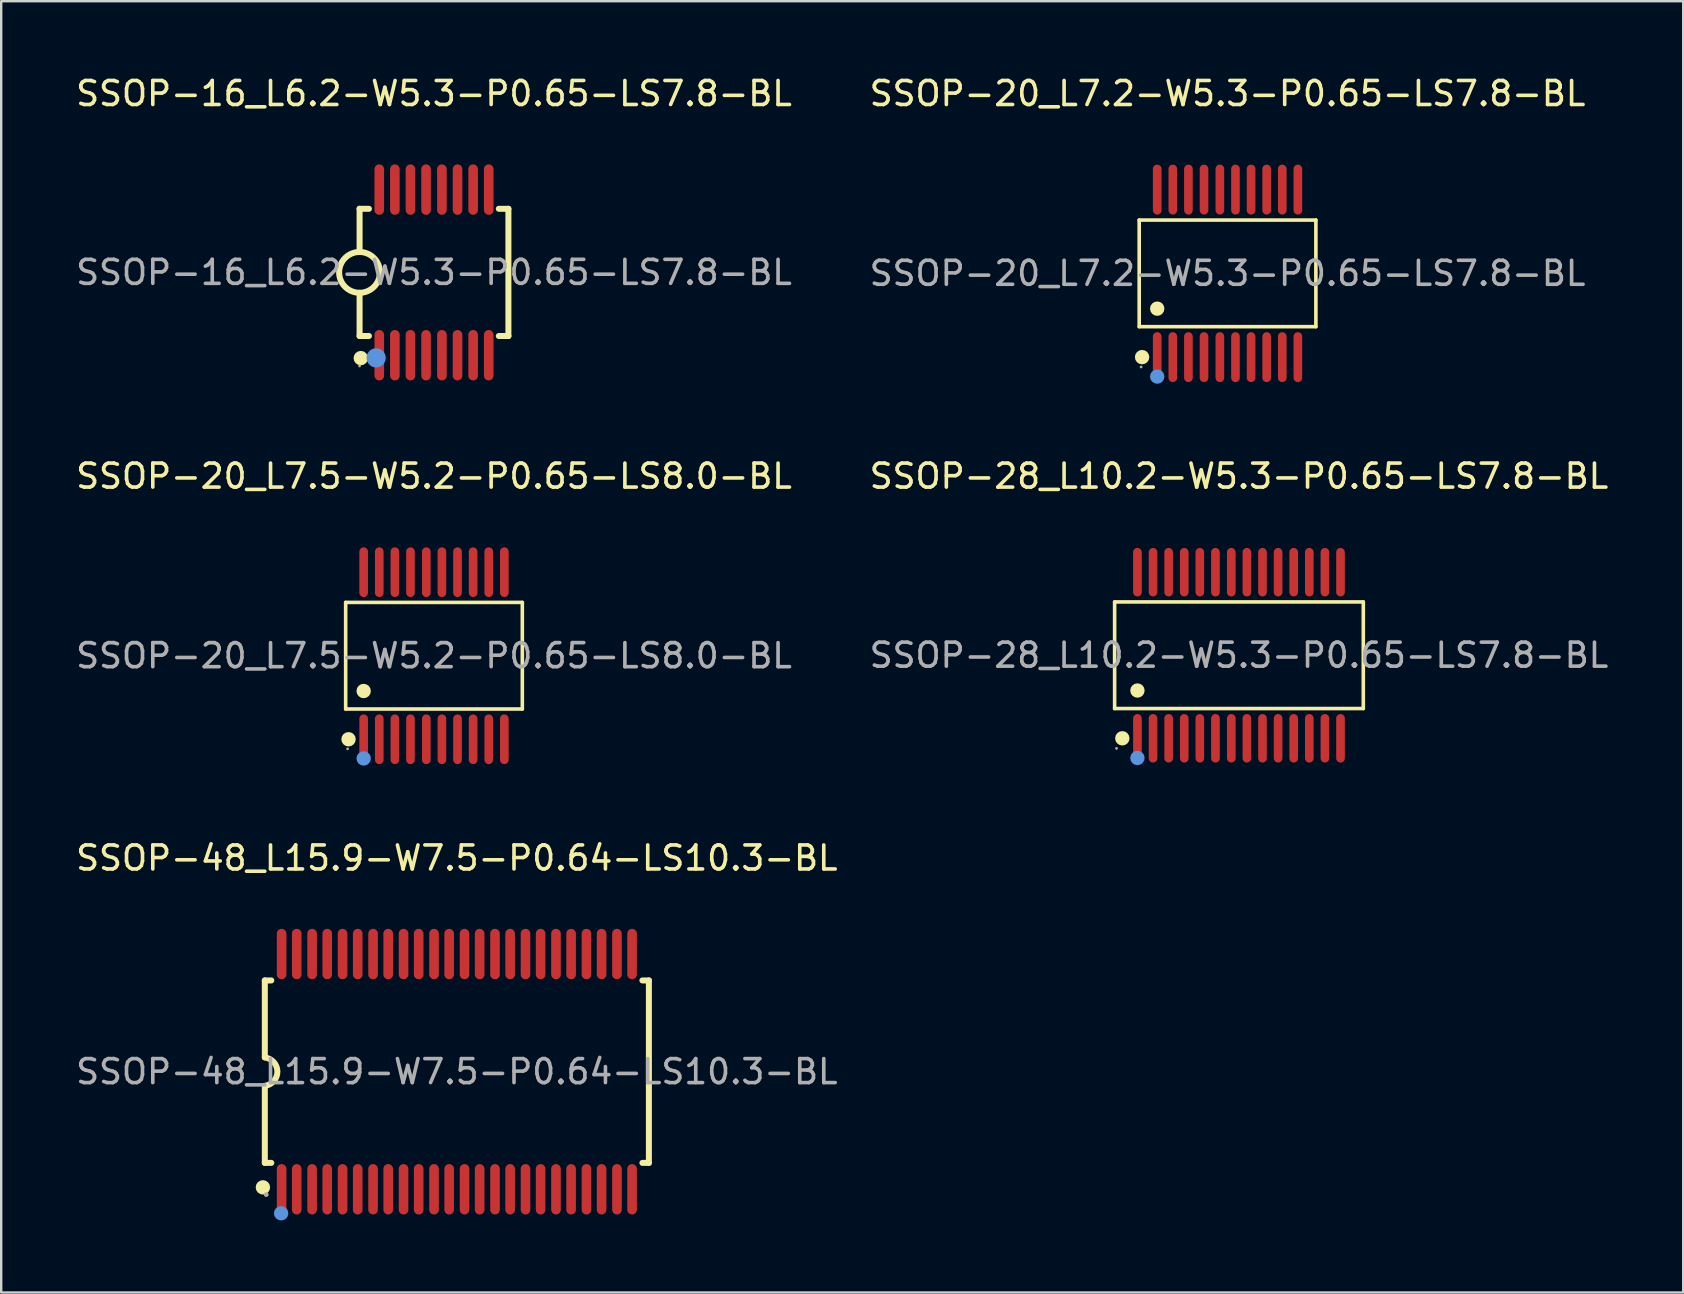
<source format=kicad_pcb>
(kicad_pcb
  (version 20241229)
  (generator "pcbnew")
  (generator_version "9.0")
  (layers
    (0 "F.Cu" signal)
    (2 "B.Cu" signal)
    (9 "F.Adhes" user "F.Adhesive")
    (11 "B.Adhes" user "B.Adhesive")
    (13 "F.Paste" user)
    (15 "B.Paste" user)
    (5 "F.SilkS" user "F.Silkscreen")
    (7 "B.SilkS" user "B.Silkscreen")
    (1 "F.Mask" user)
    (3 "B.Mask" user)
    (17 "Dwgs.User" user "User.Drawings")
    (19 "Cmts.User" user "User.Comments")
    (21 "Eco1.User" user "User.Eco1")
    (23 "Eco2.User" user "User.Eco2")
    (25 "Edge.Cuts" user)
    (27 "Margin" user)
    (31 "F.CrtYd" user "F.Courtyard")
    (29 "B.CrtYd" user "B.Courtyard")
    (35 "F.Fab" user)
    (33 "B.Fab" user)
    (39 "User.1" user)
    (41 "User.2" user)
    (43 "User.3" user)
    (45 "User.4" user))
  (footprint "SSOP-20_L7.5-W5.2-P0.65-LS8.0-BL"
    (layer "F.Cu")
    (at 15.03 24.267)
    (property "Reference" "SSOP-20_L7.5-W5.2-P0.65-LS8.0-BL" (at 0 -7.48 0) (layer "F.SilkS") (effects (font (size 1 1) (thickness 0.15))))
    (attr through_hole)
    (fp_line (start -3.68 -2.22) (end 3.68 -2.22) (stroke (width 0.15) (type solid)) (layer "F.SilkS"))
    (fp_line (start -3.68 2.22) (end -3.68 -2.22) (stroke (width 0.15) (type solid)) (layer "F.SilkS"))
    (fp_line (start 3.68 -2.22) (end 3.68 2.22) (stroke (width 0.15) (type solid)) (layer "F.SilkS"))
    (fp_line (start 3.68 2.22) (end -3.68 2.22) (stroke (width 0.15) (type solid)) (layer "F.SilkS"))
    (fp_circle (center -3.56 3.48) (end -3.41 3.48) (stroke (width 0.3) (type solid)) (fill no) (layer "F.SilkS"))
    (fp_circle (center -2.93 1.47) (end -2.78 1.47) (stroke (width 0.3) (type solid)) (fill no) (layer "F.SilkS"))
    (fp_circle (center -2.93 4.28) (end -2.78 4.28) (stroke (width 0.3) (type solid)) (fill no) (layer "Cmts.User"))
    (fp_circle (center -3.6 3.88) (end -3.57 3.88) (stroke (width 0.06) (type solid)) (fill no) (layer "F.Fab"))
    (fp_text user "${REFERENCE}" (at 0 0 0) (layer "F.Fab") (effects (font (size 1 1) (thickness 0.15))))
    (pad "1" smd oval (at -2.93 3.48) (size 0.36 2.07) (layers "F.Cu" "F.Mask" "F.Paste"))
    (pad "2" smd oval (at -2.28 3.48) (size 0.36 2.07) (layers "F.Cu" "F.Mask" "F.Paste"))
    (pad "3" smd oval (at -1.63 3.48) (size 0.36 2.07) (layers "F.Cu" "F.Mask" "F.Paste"))
    (pad "4" smd oval (at -0.98 3.48) (size 0.36 2.07) (layers "F.Cu" "F.Mask" "F.Paste"))
    (pad "5" smd oval (at -0.32 3.48) (size 0.36 2.07) (layers "F.Cu" "F.Mask" "F.Paste"))
    (pad "6" smd oval (at 0.33 3.48) (size 0.36 2.07) (layers "F.Cu" "F.Mask" "F.Paste"))
    (pad "7" smd oval (at 0.98 3.48) (size 0.36 2.07) (layers "F.Cu" "F.Mask" "F.Paste"))
    (pad "8" smd oval (at 1.63 3.48) (size 0.36 2.07) (layers "F.Cu" "F.Mask" "F.Paste"))
    (pad "9" smd oval (at 2.28 3.48) (size 0.36 2.07) (layers "F.Cu" "F.Mask" "F.Paste"))
    (pad "10" smd oval (at 2.93 3.48) (size 0.36 2.07) (layers "F.Cu" "F.Mask" "F.Paste"))
    (pad "11" smd oval (at 2.93 -3.48) (size 0.36 2.07) (layers "F.Cu" "F.Mask" "F.Paste"))
    (pad "12" smd oval (at 2.28 -3.48) (size 0.36 2.07) (layers "F.Cu" "F.Mask" "F.Paste"))
    (pad "13" smd oval (at 1.63 -3.48) (size 0.36 2.07) (layers "F.Cu" "F.Mask" "F.Paste"))
    (pad "14" smd oval (at 0.98 -3.48) (size 0.36 2.07) (layers "F.Cu" "F.Mask" "F.Paste"))
    (pad "15" smd oval (at 0.33 -3.48) (size 0.36 2.07) (layers "F.Cu" "F.Mask" "F.Paste"))
    (pad "16" smd oval (at -0.32 -3.48) (size 0.36 2.07) (layers "F.Cu" "F.Mask" "F.Paste"))
    (pad "17" smd oval (at -0.98 -3.48) (size 0.36 2.07) (layers "F.Cu" "F.Mask" "F.Paste"))
    (pad "18" smd oval (at -1.63 -3.48) (size 0.36 2.07) (layers "F.Cu" "F.Mask" "F.Paste"))
    (pad "19" smd oval (at -2.28 -3.48) (size 0.36 2.07) (layers "F.Cu" "F.Mask" "F.Paste"))
    (pad "20" smd oval (at -2.93 -3.48) (size 0.36 2.07) (layers "F.Cu" "F.Mask" "F.Paste")))
  (footprint "SSOP-16_L6.2-W5.3-P0.65-LS7.8-BL"
    (layer "F.Cu")
    (at 15.03 8.298)
    (property "Reference" "SSOP-16_L6.2-W5.3-P0.65-LS7.8-BL" (at 0 -7.45 0) (layer "F.SilkS") (effects (font (size 1 1) (thickness 0.15))))
    (attr through_hole)
    (fp_line (start -3.1 -2.65) (end -3.1 -0.85) (stroke (width 0.25) (type solid)) (layer "F.SilkS"))
    (fp_line (start -3.1 -2.65) (end -2.71 -2.65) (stroke (width 0.25) (type solid)) (layer "F.SilkS"))
    (fp_line (start -3.1 2.65) (end -3.1 0.85) (stroke (width 0.25) (type solid)) (layer "F.SilkS"))
    (fp_line (start -3.1 2.65) (end -2.71 2.65) (stroke (width 0.25) (type solid)) (layer "F.SilkS"))
    (fp_line (start 2.7 -2.65) (end 3.1 -2.65) (stroke (width 0.25) (type solid)) (layer "F.SilkS"))
    (fp_line (start 2.7 2.65) (end 3.1 2.65) (stroke (width 0.25) (type solid)) (layer "F.SilkS"))
    (fp_line (start 3.1 -2.65) (end 3.1 2.65) (stroke (width 0.25) (type solid)) (layer "F.SilkS"))
    (fp_arc (start -3.114835 0.849871) (mid -3.092582 -0.849968) (end -3.1 0.85) (stroke (width 0.25) (type solid)) (layer "F.SilkS"))
    (fp_arc (start -3.05 3.57) (mid -3.05 3.57) (end -3.05 3.57) (stroke (width 0.3) (type solid)) (layer "F.SilkS"))
    (fp_circle (center -2.41 3.56) (end -2.21 3.56) (stroke (width 0.4) (type solid)) (fill no) (layer "Cmts.User"))
    (fp_circle (center -3.1 3.9) (end -3.07 3.9) (stroke (width 0.06) (type solid)) (fill no) (layer "F.Fab"))
    (fp_text user "${REFERENCE}" (at 0 0 0) (layer "F.Fab") (effects (font (size 1 1) (thickness 0.15))))
    (pad "1" smd oval (at -2.28 3.45 180) (size 0.4 2.1) (layers "F.Cu" "F.Mask" "F.Paste"))
    (pad "2" smd oval (at -1.63 3.45 180) (size 0.4 2.1) (layers "F.Cu" "F.Mask" "F.Paste"))
    (pad "3" smd oval (at -0.98 3.45 180) (size 0.4 2.1) (layers "F.Cu" "F.Mask" "F.Paste"))
    (pad "4" smd oval (at -0.33 3.45 180) (size 0.4 2.1) (layers "F.Cu" "F.Mask" "F.Paste"))
    (pad "5" smd oval (at 0.33 3.45 180) (size 0.4 2.1) (layers "F.Cu" "F.Mask" "F.Paste"))
    (pad "6" smd oval (at 0.98 3.45 180) (size 0.4 2.1) (layers "F.Cu" "F.Mask" "F.Paste"))
    (pad "7" smd oval (at 1.63 3.45 180) (size 0.4 2.1) (layers "F.Cu" "F.Mask" "F.Paste"))
    (pad "8" smd oval (at 2.28 3.45 180) (size 0.4 2.1) (layers "F.Cu" "F.Mask" "F.Paste"))
    (pad "9" smd oval (at 2.28 -3.45 180) (size 0.4 2.1) (layers "F.Cu" "F.Mask" "F.Paste"))
    (pad "10" smd oval (at 1.63 -3.45 180) (size 0.4 2.1) (layers "F.Cu" "F.Mask" "F.Paste"))
    (pad "11" smd oval (at 0.98 -3.45 180) (size 0.4 2.1) (layers "F.Cu" "F.Mask" "F.Paste"))
    (pad "12" smd oval (at 0.33 -3.45 180) (size 0.4 2.1) (layers "F.Cu" "F.Mask" "F.Paste"))
    (pad "13" smd oval (at -0.33 -3.45 180) (size 0.4 2.1) (layers "F.Cu" "F.Mask" "F.Paste"))
    (pad "14" smd oval (at -0.98 -3.45 180) (size 0.4 2.1) (layers "F.Cu" "F.Mask" "F.Paste"))
    (pad "15" smd oval (at -1.63 -3.45 180) (size 0.4 2.1) (layers "F.Cu" "F.Mask" "F.Paste"))
    (pad "16" smd oval (at -2.28 -3.45 180) (size 0.4 2.1) (layers "F.Cu" "F.Mask" "F.Paste")))
  (footprint "SSOP-20_L7.2-W5.3-P0.65-LS7.8-BL"
    (layer "F.Cu")
    (at 48.089 8.338)
    (property "Reference" "SSOP-20_L7.2-W5.3-P0.65-LS7.8-BL" (at 0 -7.49 0) (layer "F.SilkS") (effects (font (size 1 1) (thickness 0.15))))
    (attr through_hole)
    (fp_line (start -3.68 -2.22) (end 3.68 -2.22) (stroke (width 0.15) (type solid)) (layer "F.SilkS"))
    (fp_line (start -3.68 2.22) (end -3.68 -2.22) (stroke (width 0.15) (type solid)) (layer "F.SilkS"))
    (fp_line (start 3.68 -2.22) (end 3.68 2.22) (stroke (width 0.15) (type solid)) (layer "F.SilkS"))
    (fp_line (start 3.68 2.22) (end -3.68 2.22) (stroke (width 0.15) (type solid)) (layer "F.SilkS"))
    (fp_circle (center -3.56 3.49) (end -3.41 3.49) (stroke (width 0.3) (type solid)) (fill no) (layer "F.SilkS"))
    (fp_circle (center -2.93 1.47) (end -2.78 1.47) (stroke (width 0.3) (type solid)) (fill no) (layer "F.SilkS"))
    (fp_circle (center -2.93 4.3) (end -2.78 4.3) (stroke (width 0.3) (type solid)) (fill no) (layer "Cmts.User"))
    (fp_circle (center -3.6 3.9) (end -3.57 3.9) (stroke (width 0.06) (type solid)) (fill no) (layer "F.Fab"))
    (fp_text user "${REFERENCE}" (at 0 0 0) (layer "F.Fab") (effects (font (size 1 1) (thickness 0.15))))
    (pad "1" smd oval (at -2.93 3.49) (size 0.36 2.08) (layers "F.Cu" "F.Mask" "F.Paste"))
    (pad "2" smd oval (at -2.28 3.49) (size 0.36 2.08) (layers "F.Cu" "F.Mask" "F.Paste"))
    (pad "3" smd oval (at -1.63 3.49) (size 0.36 2.08) (layers "F.Cu" "F.Mask" "F.Paste"))
    (pad "4" smd oval (at -0.98 3.49) (size 0.36 2.08) (layers "F.Cu" "F.Mask" "F.Paste"))
    (pad "5" smd oval (at -0.32 3.49) (size 0.36 2.08) (layers "F.Cu" "F.Mask" "F.Paste"))
    (pad "6" smd oval (at 0.33 3.49) (size 0.36 2.08) (layers "F.Cu" "F.Mask" "F.Paste"))
    (pad "7" smd oval (at 0.98 3.49) (size 0.36 2.08) (layers "F.Cu" "F.Mask" "F.Paste"))
    (pad "8" smd oval (at 1.63 3.49) (size 0.36 2.08) (layers "F.Cu" "F.Mask" "F.Paste"))
    (pad "9" smd oval (at 2.28 3.49) (size 0.36 2.08) (layers "F.Cu" "F.Mask" "F.Paste"))
    (pad "10" smd oval (at 2.93 3.49) (size 0.36 2.08) (layers "F.Cu" "F.Mask" "F.Paste"))
    (pad "11" smd oval (at 2.93 -3.49) (size 0.36 2.08) (layers "F.Cu" "F.Mask" "F.Paste"))
    (pad "12" smd oval (at 2.28 -3.49) (size 0.36 2.08) (layers "F.Cu" "F.Mask" "F.Paste"))
    (pad "13" smd oval (at 1.63 -3.49) (size 0.36 2.08) (layers "F.Cu" "F.Mask" "F.Paste"))
    (pad "14" smd oval (at 0.98 -3.49) (size 0.36 2.08) (layers "F.Cu" "F.Mask" "F.Paste"))
    (pad "15" smd oval (at 0.33 -3.49) (size 0.36 2.08) (layers "F.Cu" "F.Mask" "F.Paste"))
    (pad "16" smd oval (at -0.32 -3.49) (size 0.36 2.08) (layers "F.Cu" "F.Mask" "F.Paste"))
    (pad "17" smd oval (at -0.98 -3.49) (size 0.36 2.08) (layers "F.Cu" "F.Mask" "F.Paste"))
    (pad "18" smd oval (at -1.63 -3.49) (size 0.36 2.08) (layers "F.Cu" "F.Mask" "F.Paste"))
    (pad "19" smd oval (at -2.28 -3.49) (size 0.36 2.08) (layers "F.Cu" "F.Mask" "F.Paste"))
    (pad "20" smd oval (at -2.93 -3.49) (size 0.36 2.08) (layers "F.Cu" "F.Mask" "F.Paste")))
  (footprint "SSOP-48_L15.9-W7.5-P0.64-LS10.3-BL"
    (layer "F.Cu")
    (at 15.982 41.595)
    (property "Reference" "SSOP-48_L15.9-W7.5-P0.64-LS10.3-BL" (at 0 -8.9 0) (layer "F.SilkS") (effects (font (size 1 1) (thickness 0.15))))
    (attr through_hole)
    (fp_line (start -8 -3.8) (end -8 -0.6) (stroke (width 0.25) (type solid)) (layer "F.SilkS"))
    (fp_line (start -8 -3.8) (end -7.73 -3.8) (stroke (width 0.25) (type solid)) (layer "F.SilkS"))
    (fp_line (start -8 3.8) (end -8 0.6) (stroke (width 0.25) (type solid)) (layer "F.SilkS"))
    (fp_line (start -7.73 3.8) (end -8 3.8) (stroke (width 0.25) (type solid)) (layer "F.SilkS"))
    (fp_line (start 7.73 -3.8) (end 8 -3.8) (stroke (width 0.25) (type solid)) (layer "F.SilkS"))
    (fp_line (start 8 -3.8) (end 8 3.8) (stroke (width 0.25) (type solid)) (layer "F.SilkS"))
    (fp_line (start 8 3.8) (end 7.73 3.8) (stroke (width 0.25) (type solid)) (layer "F.SilkS"))
    (fp_arc (start -8.08 4.82) (mid -8.08 4.82) (end -8.08 4.82) (stroke (width 0.3) (type solid)) (layer "F.SilkS"))
    (fp_arc (start -8 -0.59) (mid -7.475898 -0.006572) (end -7.986965 0.588307) (stroke (width 0.25) (type solid)) (layer "F.SilkS"))
    (fp_circle (center -7.32 5.9) (end -7.17 5.9) (stroke (width 0.3) (type solid)) (fill no) (layer "Cmts.User"))
    (fp_circle (center -7.94 5.12) (end -7.89 5.12) (stroke (width 0.1) (type solid)) (fill no) (layer "F.Fab"))
    (fp_text user "${REFERENCE}" (at 0 0 0) (layer "F.Fab") (effects (font (size 1 1) (thickness 0.15))))
    (pad "1" smd oval (at -7.3 4.9) (size 0.4 2.1) (layers "F.Cu" "F.Mask" "F.Paste"))
    (pad "2" smd oval (at -6.67 4.9) (size 0.4 2.1) (layers "F.Cu" "F.Mask" "F.Paste"))
    (pad "3" smd oval (at -6.03 4.9) (size 0.4 2.1) (layers "F.Cu" "F.Mask" "F.Paste"))
    (pad "4" smd oval (at -5.4 4.9) (size 0.4 2.1) (layers "F.Cu" "F.Mask" "F.Paste"))
    (pad "5" smd oval (at -4.76 4.9) (size 0.4 2.1) (layers "F.Cu" "F.Mask" "F.Paste"))
    (pad "6" smd oval (at -4.13 4.9) (size 0.4 2.1) (layers "F.Cu" "F.Mask" "F.Paste"))
    (pad "7" smd oval (at -3.49 4.9) (size 0.4 2.1) (layers "F.Cu" "F.Mask" "F.Paste"))
    (pad "8" smd oval (at -2.86 4.9) (size 0.4 2.1) (layers "F.Cu" "F.Mask" "F.Paste"))
    (pad "9" smd oval (at -2.22 4.9) (size 0.4 2.1) (layers "F.Cu" "F.Mask" "F.Paste"))
    (pad "10" smd oval (at -1.59 4.9) (size 0.4 2.1) (layers "F.Cu" "F.Mask" "F.Paste"))
    (pad "11" smd oval (at -0.95 4.9) (size 0.4 2.1) (layers "F.Cu" "F.Mask" "F.Paste"))
    (pad "12" smd oval (at -0.32 4.9) (size 0.4 2.1) (layers "F.Cu" "F.Mask" "F.Paste"))
    (pad "13" smd oval (at 0.32 4.9) (size 0.4 2.1) (layers "F.Cu" "F.Mask" "F.Paste"))
    (pad "14" smd oval (at 0.95 4.9) (size 0.4 2.1) (layers "F.Cu" "F.Mask" "F.Paste"))
    (pad "15" smd oval (at 1.59 4.9) (size 0.4 2.1) (layers "F.Cu" "F.Mask" "F.Paste"))
    (pad "16" smd oval (at 2.22 4.9) (size 0.4 2.1) (layers "F.Cu" "F.Mask" "F.Paste"))
    (pad "17" smd oval (at 2.86 4.9) (size 0.4 2.1) (layers "F.Cu" "F.Mask" "F.Paste"))
    (pad "18" smd oval (at 3.49 4.9) (size 0.4 2.1) (layers "F.Cu" "F.Mask" "F.Paste"))
    (pad "19" smd oval (at 4.13 4.9) (size 0.4 2.1) (layers "F.Cu" "F.Mask" "F.Paste"))
    (pad "20" smd oval (at 4.76 4.9) (size 0.4 2.1) (layers "F.Cu" "F.Mask" "F.Paste"))
    (pad "21" smd oval (at 5.4 4.9) (size 0.4 2.1) (layers "F.Cu" "F.Mask" "F.Paste"))
    (pad "22" smd oval (at 6.03 4.9) (size 0.4 2.1) (layers "F.Cu" "F.Mask" "F.Paste"))
    (pad "23" smd oval (at 6.67 4.9) (size 0.4 2.1) (layers "F.Cu" "F.Mask" "F.Paste"))
    (pad "24" smd oval (at 7.3 4.9) (size 0.4 2.1) (layers "F.Cu" "F.Mask" "F.Paste"))
    (pad "25" smd oval (at 7.3 -4.9 180) (size 0.4 2.1) (layers "F.Cu" "F.Mask" "F.Paste"))
    (pad "26" smd oval (at 6.67 -4.9 180) (size 0.4 2.1) (layers "F.Cu" "F.Mask" "F.Paste"))
    (pad "27" smd oval (at 6.03 -4.9 180) (size 0.4 2.1) (layers "F.Cu" "F.Mask" "F.Paste"))
    (pad "28" smd oval (at 5.4 -4.9 180) (size 0.4 2.1) (layers "F.Cu" "F.Mask" "F.Paste"))
    (pad "29" smd oval (at 4.76 -4.9 180) (size 0.4 2.1) (layers "F.Cu" "F.Mask" "F.Paste"))
    (pad "30" smd oval (at 4.13 -4.9 180) (size 0.4 2.1) (layers "F.Cu" "F.Mask" "F.Paste"))
    (pad "31" smd oval (at 3.49 -4.9 180) (size 0.4 2.1) (layers "F.Cu" "F.Mask" "F.Paste"))
    (pad "32" smd oval (at 2.86 -4.9 180) (size 0.4 2.1) (layers "F.Cu" "F.Mask" "F.Paste"))
    (pad "33" smd oval (at 2.22 -4.9 180) (size 0.4 2.1) (layers "F.Cu" "F.Mask" "F.Paste"))
    (pad "34" smd oval (at 1.59 -4.9 180) (size 0.4 2.1) (layers "F.Cu" "F.Mask" "F.Paste"))
    (pad "35" smd oval (at 0.95 -4.9 180) (size 0.4 2.1) (layers "F.Cu" "F.Mask" "F.Paste"))
    (pad "36" smd oval (at 0.32 -4.9 180) (size 0.4 2.1) (layers "F.Cu" "F.Mask" "F.Paste"))
    (pad "37" smd oval (at -0.32 -4.9 180) (size 0.4 2.1) (layers "F.Cu" "F.Mask" "F.Paste"))
    (pad "38" smd oval (at -0.95 -4.9 180) (size 0.4 2.1) (layers "F.Cu" "F.Mask" "F.Paste"))
    (pad "39" smd oval (at -1.59 -4.9 180) (size 0.4 2.1) (layers "F.Cu" "F.Mask" "F.Paste"))
    (pad "40" smd oval (at -2.22 -4.9 180) (size 0.4 2.1) (layers "F.Cu" "F.Mask" "F.Paste"))
    (pad "41" smd oval (at -2.86 -4.9 180) (size 0.4 2.1) (layers "F.Cu" "F.Mask" "F.Paste"))
    (pad "42" smd oval (at -3.49 -4.9 180) (size 0.4 2.1) (layers "F.Cu" "F.Mask" "F.Paste"))
    (pad "43" smd oval (at -4.13 -4.9 180) (size 0.4 2.1) (layers "F.Cu" "F.Mask" "F.Paste"))
    (pad "44" smd oval (at -4.76 -4.9 180) (size 0.4 2.1) (layers "F.Cu" "F.Mask" "F.Paste"))
    (pad "45" smd oval (at -5.4 -4.9 180) (size 0.4 2.1) (layers "F.Cu" "F.Mask" "F.Paste"))
    (pad "46" smd oval (at -6.03 -4.9 180) (size 0.4 2.1) (layers "F.Cu" "F.Mask" "F.Paste"))
    (pad "47" smd oval (at -6.67 -4.9 180) (size 0.4 2.1) (layers "F.Cu" "F.Mask" "F.Paste"))
    (pad "48" smd oval (at -7.3 -4.9 180) (size 0.4 2.1) (layers "F.Cu" "F.Mask" "F.Paste")))
  (footprint "SSOP-28_L10.2-W5.3-P0.65-LS7.8-BL"
    (layer "F.Cu")
    (at 48.565 24.247)
    (property "Reference" "SSOP-28_L10.2-W5.3-P0.65-LS7.8-BL" (at 0 -7.46 0) (layer "F.SilkS") (effects (font (size 1 1) (thickness 0.15))))
    (attr through_hole)
    (fp_line (start -5.18 -2.22) (end 5.18 -2.22) (stroke (width 0.15) (type solid)) (layer "F.SilkS"))
    (fp_line (start -5.18 2.22) (end -5.18 -2.22) (stroke (width 0.15) (type solid)) (layer "F.SilkS"))
    (fp_line (start 5.18 -2.22) (end 5.18 2.22) (stroke (width 0.15) (type solid)) (layer "F.SilkS"))
    (fp_line (start 5.18 2.22) (end -5.18 2.22) (stroke (width 0.15) (type solid)) (layer "F.SilkS"))
    (fp_circle (center -4.86 3.46) (end -4.71 3.46) (stroke (width 0.3) (type solid)) (fill no) (layer "F.SilkS"))
    (fp_circle (center -4.23 1.47) (end -4.08 1.47) (stroke (width 0.3) (type solid)) (fill no) (layer "F.SilkS"))
    (fp_circle (center -4.23 4.28) (end -4.08 4.28) (stroke (width 0.3) (type solid)) (fill no) (layer "Cmts.User"))
    (fp_circle (center -5.1 3.88) (end -5.07 3.88) (stroke (width 0.06) (type solid)) (fill no) (layer "F.Fab"))
    (fp_text user "${REFERENCE}" (at 0 0 0) (layer "F.Fab") (effects (font (size 1 1) (thickness 0.15))))
    (pad "1" smd oval (at -4.23 3.46) (size 0.36 2.02) (layers "F.Cu" "F.Mask" "F.Paste"))
    (pad "2" smd oval (at -3.58 3.46) (size 0.36 2.02) (layers "F.Cu" "F.Mask" "F.Paste"))
    (pad "3" smd oval (at -2.93 3.46) (size 0.36 2.02) (layers "F.Cu" "F.Mask" "F.Paste"))
    (pad "4" smd oval (at -2.28 3.46) (size 0.36 2.02) (layers "F.Cu" "F.Mask" "F.Paste"))
    (pad "5" smd oval (at -1.63 3.46) (size 0.36 2.02) (layers "F.Cu" "F.Mask" "F.Paste"))
    (pad "6" smd oval (at -0.98 3.46) (size 0.36 2.02) (layers "F.Cu" "F.Mask" "F.Paste"))
    (pad "7" smd oval (at -0.32 3.46) (size 0.36 2.02) (layers "F.Cu" "F.Mask" "F.Paste"))
    (pad "8" smd oval (at 0.33 3.46) (size 0.36 2.02) (layers "F.Cu" "F.Mask" "F.Paste"))
    (pad "9" smd oval (at 0.98 3.46) (size 0.36 2.02) (layers "F.Cu" "F.Mask" "F.Paste"))
    (pad "10" smd oval (at 1.63 3.46) (size 0.36 2.02) (layers "F.Cu" "F.Mask" "F.Paste"))
    (pad "11" smd oval (at 2.28 3.46) (size 0.36 2.02) (layers "F.Cu" "F.Mask" "F.Paste"))
    (pad "12" smd oval (at 2.93 3.46) (size 0.36 2.02) (layers "F.Cu" "F.Mask" "F.Paste"))
    (pad "13" smd oval (at 3.58 3.46) (size 0.36 2.02) (layers "F.Cu" "F.Mask" "F.Paste"))
    (pad "14" smd oval (at 4.23 3.46) (size 0.36 2.02) (layers "F.Cu" "F.Mask" "F.Paste"))
    (pad "15" smd oval (at 4.23 -3.46) (size 0.36 2.02) (layers "F.Cu" "F.Mask" "F.Paste"))
    (pad "16" smd oval (at 3.58 -3.46) (size 0.36 2.02) (layers "F.Cu" "F.Mask" "F.Paste"))
    (pad "17" smd oval (at 2.93 -3.46) (size 0.36 2.02) (layers "F.Cu" "F.Mask" "F.Paste"))
    (pad "18" smd oval (at 2.28 -3.46) (size 0.36 2.02) (layers "F.Cu" "F.Mask" "F.Paste"))
    (pad "19" smd oval (at 1.63 -3.46) (size 0.36 2.02) (layers "F.Cu" "F.Mask" "F.Paste"))
    (pad "20" smd oval (at 0.98 -3.46) (size 0.36 2.02) (layers "F.Cu" "F.Mask" "F.Paste"))
    (pad "21" smd oval (at 0.33 -3.46) (size 0.36 2.02) (layers "F.Cu" "F.Mask" "F.Paste"))
    (pad "22" smd oval (at -0.32 -3.46) (size 0.36 2.02) (layers "F.Cu" "F.Mask" "F.Paste"))
    (pad "23" smd oval (at -0.98 -3.46) (size 0.36 2.02) (layers "F.Cu" "F.Mask" "F.Paste"))
    (pad "24" smd oval (at -1.63 -3.46) (size 0.36 2.02) (layers "F.Cu" "F.Mask" "F.Paste"))
    (pad "25" smd oval (at -2.28 -3.46) (size 0.36 2.02) (layers "F.Cu" "F.Mask" "F.Paste"))
    (pad "26" smd oval (at -2.93 -3.46) (size 0.36 2.02) (layers "F.Cu" "F.Mask" "F.Paste"))
    (pad "27" smd oval (at -3.58 -3.46) (size 0.36 2.02) (layers "F.Cu" "F.Mask" "F.Paste"))
    (pad "28" smd oval (at -4.23 -3.46) (size 0.36 2.02) (layers "F.Cu" "F.Mask" "F.Paste")))
  (gr_rect
    (start -3 -3)
    (end 67.071 50.795)
    (stroke (width 0.1) (type default))
    (fill no)
    (layer "Edge.Cuts")))
</source>
